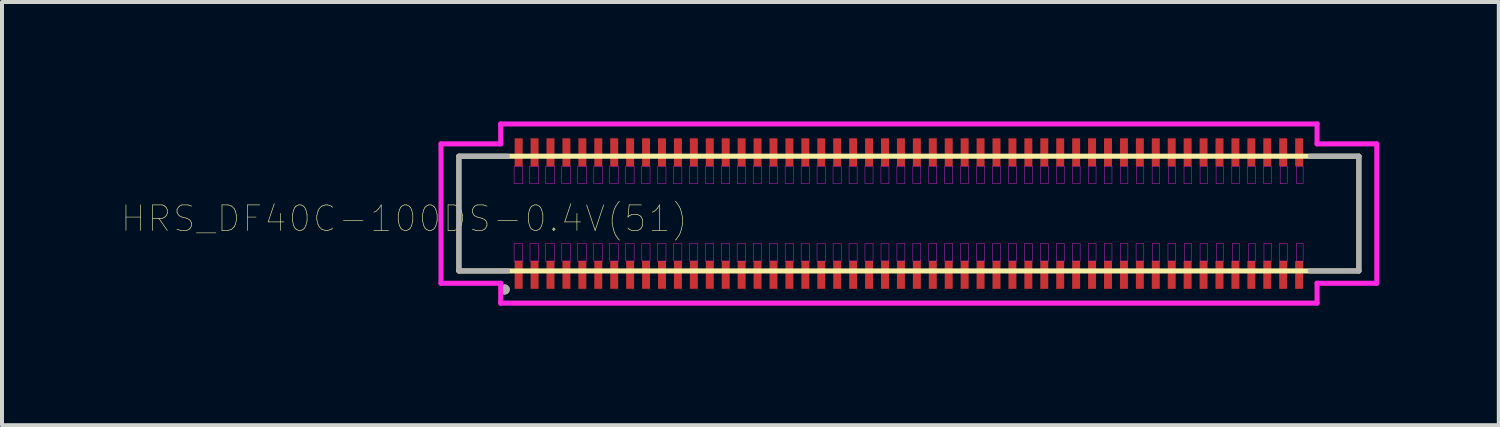
<source format=kicad_pcb>
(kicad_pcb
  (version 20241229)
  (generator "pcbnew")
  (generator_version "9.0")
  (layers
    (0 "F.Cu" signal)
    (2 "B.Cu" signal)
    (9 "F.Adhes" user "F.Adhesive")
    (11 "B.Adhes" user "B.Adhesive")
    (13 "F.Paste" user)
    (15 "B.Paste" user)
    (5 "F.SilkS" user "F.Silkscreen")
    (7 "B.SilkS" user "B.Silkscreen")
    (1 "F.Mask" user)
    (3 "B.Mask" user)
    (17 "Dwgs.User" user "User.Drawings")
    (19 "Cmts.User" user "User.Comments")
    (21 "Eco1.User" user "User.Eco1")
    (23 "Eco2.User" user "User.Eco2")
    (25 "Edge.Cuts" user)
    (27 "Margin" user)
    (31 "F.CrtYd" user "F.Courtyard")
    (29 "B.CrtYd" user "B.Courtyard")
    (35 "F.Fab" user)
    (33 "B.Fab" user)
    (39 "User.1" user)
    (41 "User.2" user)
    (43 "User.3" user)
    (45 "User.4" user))
  (footprint "HRS_DF40C-100DS-0.4V(51)"
    (layer "F.Cu")
    (at 19.774 2.313)
    (property "Reference" "HRS_DF40C-100DS-0.4V(51)" (at -12.671 0.128 180) (layer "F.SilkS") (effects (font (size 0.641 0.641) (thickness 0.015))))
    (attr through_hole)
    (fp_line (start -11.3 -1.44) (end 11.3 -1.44) (stroke (width 0.127) (type solid)) (layer "F.SilkS"))
    (fp_line (start -11.3 1.44) (end -11.3 -1.44) (stroke (width 0.127) (type solid)) (layer "F.SilkS"))
    (fp_line (start 11.3 -1.44) (end 11.3 1.44) (stroke (width 0.127) (type solid)) (layer "F.SilkS"))
    (fp_line (start 11.3 1.44) (end -11.3 1.44) (stroke (width 0.127) (type solid)) (layer "F.SilkS"))
    (fp_line (start -11.75 -1.75) (end -11.75 1.75) (stroke (width 0.127) (type solid)) (layer "F.CrtYd"))
    (fp_line (start -11.75 1.75) (end -10.25 1.75) (stroke (width 0.127) (type solid)) (layer "F.CrtYd"))
    (fp_line (start -10.25 -2.25) (end -10.25 -1.75) (stroke (width 0.127) (type solid)) (layer "F.CrtYd"))
    (fp_line (start -10.25 -1.75) (end -11.75 -1.75) (stroke (width 0.127) (type solid)) (layer "F.CrtYd"))
    (fp_line (start -10.25 1.75) (end -10.25 2.25) (stroke (width 0.127) (type solid)) (layer "F.CrtYd"))
    (fp_line (start -10.25 2.25) (end 10.25 2.25) (stroke (width 0.127) (type solid)) (layer "F.CrtYd"))
    (fp_line (start 10.25 -2.25) (end -10.25 -2.25) (stroke (width 0.127) (type solid)) (layer "F.CrtYd"))
    (fp_line (start 10.25 -1.75) (end 10.25 -2.25) (stroke (width 0.127) (type solid)) (layer "F.CrtYd"))
    (fp_line (start 10.25 1.75) (end 11.75 1.75) (stroke (width 0.127) (type solid)) (layer "F.CrtYd"))
    (fp_line (start 10.25 2.25) (end 10.25 1.75) (stroke (width 0.127) (type solid)) (layer "F.CrtYd"))
    (fp_line (start 11.75 -1.75) (end 10.25 -1.75) (stroke (width 0.127) (type solid)) (layer "F.CrtYd"))
    (fp_line (start 11.75 1.75) (end 11.75 -1.75) (stroke (width 0.127) (type solid)) (layer "F.CrtYd"))
    (fp_poly (pts (xy -9.914 -1.19) (xy -9.7 -1.19) (xy -9.7 -0.751) (xy -9.914 -0.751)) (stroke (width 0.01) (type solid)) (fill no) (layer "F.CrtYd"))
    (fp_poly (pts (xy -9.914 0.75) (xy -9.7 0.75) (xy -9.7 1.192) (xy -9.914 1.192)) (stroke (width 0.01) (type solid)) (fill no) (layer "F.CrtYd"))
    (fp_poly (pts (xy -9.525 -1.19) (xy -9.3 -1.19) (xy -9.3 -0.752) (xy -9.525 -0.752)) (stroke (width 0.01) (type solid)) (fill no) (layer "F.CrtYd"))
    (fp_poly (pts (xy -9.514 0.75) (xy -9.3 0.75) (xy -9.3 1.192) (xy -9.514 1.192)) (stroke (width 0.01) (type solid)) (fill no) (layer "F.CrtYd"))
    (fp_poly (pts (xy -9.124 -1.19) (xy -8.9 -1.19) (xy -8.9 -0.752) (xy -9.124 -0.752)) (stroke (width 0.01) (type solid)) (fill no) (layer "F.CrtYd"))
    (fp_poly (pts (xy -9.122 0.75) (xy -8.9 0.75) (xy -8.9 1.193) (xy -9.122 1.193)) (stroke (width 0.01) (type solid)) (fill no) (layer "F.CrtYd"))
    (fp_poly (pts (xy -8.719 -1.19) (xy -8.5 -1.19) (xy -8.5 -0.752) (xy -8.719 -0.752)) (stroke (width 0.01) (type solid)) (fill no) (layer "F.CrtYd"))
    (fp_poly (pts (xy -8.715 0.75) (xy -8.5 0.75) (xy -8.5 1.192) (xy -8.715 1.192)) (stroke (width 0.01) (type solid)) (fill no) (layer "F.CrtYd"))
    (fp_poly (pts (xy -8.319 0.75) (xy -8.1 0.75) (xy -8.1 1.193) (xy -8.319 1.193)) (stroke (width 0.01) (type solid)) (fill no) (layer "F.CrtYd"))
    (fp_poly (pts (xy -8.318 -1.19) (xy -8.1 -1.19) (xy -8.1 -0.752) (xy -8.318 -0.752)) (stroke (width 0.01) (type solid)) (fill no) (layer "F.CrtYd"))
    (fp_poly (pts (xy -7.919 0.75) (xy -7.7 0.75) (xy -7.7 1.193) (xy -7.919 1.193)) (stroke (width 0.01) (type solid)) (fill no) (layer "F.CrtYd"))
    (fp_poly (pts (xy -7.912 -1.19) (xy -7.7 -1.19) (xy -7.7 -0.751) (xy -7.912 -0.751)) (stroke (width 0.01) (type solid)) (fill no) (layer "F.CrtYd"))
    (fp_poly (pts (xy -7.517 0.75) (xy -7.3 0.75) (xy -7.3 1.193) (xy -7.517 1.193)) (stroke (width 0.01) (type solid)) (fill no) (layer "F.CrtYd"))
    (fp_poly (pts (xy -7.512 -1.19) (xy -7.3 -1.19) (xy -7.3 -0.751) (xy -7.512 -0.751)) (stroke (width 0.01) (type solid)) (fill no) (layer "F.CrtYd"))
    (fp_poly (pts (xy -7.114 0.75) (xy -6.9 0.75) (xy -6.9 1.192) (xy -7.114 1.192)) (stroke (width 0.01) (type solid)) (fill no) (layer "F.CrtYd"))
    (fp_poly (pts (xy -7.11 -1.19) (xy -6.9 -1.19) (xy -6.9 -0.751) (xy -7.11 -0.751)) (stroke (width 0.01) (type solid)) (fill no) (layer "F.CrtYd"))
    (fp_poly (pts (xy -6.715 -1.19) (xy -6.5 -1.19) (xy -6.5 -0.752) (xy -6.715 -0.752)) (stroke (width 0.01) (type solid)) (fill no) (layer "F.CrtYd"))
    (fp_poly (pts (xy -6.706 0.75) (xy -6.5 0.75) (xy -6.5 1.191) (xy -6.706 1.191)) (stroke (width 0.01) (type solid)) (fill no) (layer "F.CrtYd"))
    (fp_poly (pts (xy -6.319 0.75) (xy -6.1 0.75) (xy -6.1 1.194) (xy -6.319 1.194)) (stroke (width 0.01) (type solid)) (fill no) (layer "F.CrtYd"))
    (fp_poly (pts (xy -6.31 -1.19) (xy -6.1 -1.19) (xy -6.1 -0.751) (xy -6.31 -0.751)) (stroke (width 0.01) (type solid)) (fill no) (layer "F.CrtYd"))
    (fp_poly (pts (xy -5.918 -1.19) (xy -5.7 -1.19) (xy -5.7 -0.752) (xy -5.918 -0.752)) (stroke (width 0.01) (type solid)) (fill no) (layer "F.CrtYd"))
    (fp_poly (pts (xy -5.905 0.75) (xy -5.7 0.75) (xy -5.7 1.191) (xy -5.905 1.191)) (stroke (width 0.01) (type solid)) (fill no) (layer "F.CrtYd"))
    (fp_poly (pts (xy -5.513 -1.19) (xy -5.3 -1.19) (xy -5.3 -0.752) (xy -5.513 -0.752)) (stroke (width 0.01) (type solid)) (fill no) (layer "F.CrtYd"))
    (fp_poly (pts (xy -5.511 0.75) (xy -5.3 0.75) (xy -5.3 1.192) (xy -5.511 1.192)) (stroke (width 0.01) (type solid)) (fill no) (layer "F.CrtYd"))
    (fp_poly (pts (xy -5.11 0.75) (xy -4.9 0.75) (xy -4.9 1.192) (xy -5.11 1.192)) (stroke (width 0.01) (type solid)) (fill no) (layer "F.CrtYd"))
    (fp_poly (pts (xy -5.105 -1.19) (xy -4.9 -1.19) (xy -4.9 -0.751) (xy -5.105 -0.751)) (stroke (width 0.01) (type solid)) (fill no) (layer "F.CrtYd"))
    (fp_poly (pts (xy -4.709 0.75) (xy -4.5 0.75) (xy -4.5 1.192) (xy -4.709 1.192)) (stroke (width 0.01) (type solid)) (fill no) (layer "F.CrtYd"))
    (fp_poly (pts (xy -4.705 -1.19) (xy -4.5 -1.19) (xy -4.5 -0.751) (xy -4.705 -0.751)) (stroke (width 0.01) (type solid)) (fill no) (layer "F.CrtYd"))
    (fp_poly (pts (xy -4.313 0.75) (xy -4.1 0.75) (xy -4.1 1.194) (xy -4.313 1.194)) (stroke (width 0.01) (type solid)) (fill no) (layer "F.CrtYd"))
    (fp_poly (pts (xy -4.31 -1.19) (xy -4.1 -1.19) (xy -4.1 -0.752) (xy -4.31 -0.752)) (stroke (width 0.01) (type solid)) (fill no) (layer "F.CrtYd"))
    (fp_poly (pts (xy -3.91 -1.19) (xy -3.7 -1.19) (xy -3.7 -0.752) (xy -3.91 -0.752)) (stroke (width 0.01) (type solid)) (fill no) (layer "F.CrtYd"))
    (fp_poly (pts (xy -3.909 0.75) (xy -3.7 0.75) (xy -3.7 1.193) (xy -3.909 1.193)) (stroke (width 0.01) (type solid)) (fill no) (layer "F.CrtYd"))
    (fp_poly (pts (xy -3.508 -1.19) (xy -3.3 -1.19) (xy -3.3 -0.752) (xy -3.508 -0.752)) (stroke (width 0.01) (type solid)) (fill no) (layer "F.CrtYd"))
    (fp_poly (pts (xy -3.505 0.75) (xy -3.3 0.75) (xy -3.3 1.192) (xy -3.505 1.192)) (stroke (width 0.01) (type solid)) (fill no) (layer "F.CrtYd"))
    (fp_poly (pts (xy -3.108 -1.19) (xy -2.9 -1.19) (xy -2.9 -0.752) (xy -3.108 -0.752)) (stroke (width 0.01) (type solid)) (fill no) (layer "F.CrtYd"))
    (fp_poly (pts (xy -3.107 0.75) (xy -2.9 0.75) (xy -2.9 1.193) (xy -3.107 1.193)) (stroke (width 0.01) (type solid)) (fill no) (layer "F.CrtYd"))
    (fp_poly (pts (xy -2.706 0.75) (xy -2.5 0.75) (xy -2.5 1.193) (xy -2.706 1.193)) (stroke (width 0.01) (type solid)) (fill no) (layer "F.CrtYd"))
    (fp_poly (pts (xy -2.706 -1.19) (xy -2.5 -1.19) (xy -2.5 -0.752) (xy -2.706 -0.752)) (stroke (width 0.01) (type solid)) (fill no) (layer "F.CrtYd"))
    (fp_poly (pts (xy -2.307 0.75) (xy -2.1 0.75) (xy -2.1 1.194) (xy -2.307 1.194)) (stroke (width 0.01) (type solid)) (fill no) (layer "F.CrtYd"))
    (fp_poly (pts (xy -2.306 -1.19) (xy -2.1 -1.19) (xy -2.1 -0.752) (xy -2.306 -0.752)) (stroke (width 0.01) (type solid)) (fill no) (layer "F.CrtYd"))
    (fp_poly (pts (xy -1.905 -1.19) (xy -1.7 -1.19) (xy -1.7 -0.752) (xy -1.905 -0.752)) (stroke (width 0.01) (type solid)) (fill no) (layer "F.CrtYd"))
    (fp_poly (pts (xy -1.903 0.75) (xy -1.7 0.75) (xy -1.7 1.192) (xy -1.903 1.192)) (stroke (width 0.01) (type solid)) (fill no) (layer "F.CrtYd"))
    (fp_poly (pts (xy -1.503 0.75) (xy -1.3 0.75) (xy -1.3 1.192) (xy -1.503 1.192)) (stroke (width 0.01) (type solid)) (fill no) (layer "F.CrtYd"))
    (fp_poly (pts (xy -1.502 -1.19) (xy -1.3 -1.19) (xy -1.3 -0.751) (xy -1.502 -0.751)) (stroke (width 0.01) (type solid)) (fill no) (layer "F.CrtYd"))
    (fp_poly (pts (xy -1.103 -1.19) (xy -0.9 -1.19) (xy -0.9 -0.752) (xy -1.103 -0.752)) (stroke (width 0.01) (type solid)) (fill no) (layer "F.CrtYd"))
    (fp_poly (pts (xy -1.103 0.75) (xy -0.9 0.75) (xy -0.9 1.193) (xy -1.103 1.193)) (stroke (width 0.01) (type solid)) (fill no) (layer "F.CrtYd"))
    (fp_poly (pts (xy -0.702 -1.19) (xy -0.5 -1.19) (xy -0.5 -0.752) (xy -0.702 -0.752)) (stroke (width 0.01) (type solid)) (fill no) (layer "F.CrtYd"))
    (fp_poly (pts (xy -0.7 0.75) (xy -0.5 0.75) (xy -0.5 1.19) (xy -0.7 1.19)) (stroke (width 0.01) (type solid)) (fill no) (layer "F.CrtYd"))
    (fp_poly (pts (xy -0.301 -1.19) (xy -0.1 -1.19) (xy -0.1 -0.752) (xy -0.301 -0.752)) (stroke (width 0.01) (type solid)) (fill no) (layer "F.CrtYd"))
    (fp_poly (pts (xy -0.3 0.75) (xy -0.1 0.75) (xy -0.1 1.191) (xy -0.3 1.191)) (stroke (width 0.01) (type solid)) (fill no) (layer "F.CrtYd"))
    (fp_poly (pts (xy 0.1 -1.19) (xy 0.3 -1.19) (xy 0.3 -0.751) (xy 0.1 -0.751)) (stroke (width 0.01) (type solid)) (fill no) (layer "F.CrtYd"))
    (fp_poly (pts (xy 0.1 0.75) (xy 0.3 0.75) (xy 0.3 1.193) (xy 0.1 1.193)) (stroke (width 0.01) (type solid)) (fill no) (layer "F.CrtYd"))
    (fp_poly (pts (xy 0.501 -1.19) (xy 0.7 -1.19) (xy 0.7 -0.751) (xy 0.501 -0.751)) (stroke (width 0.01) (type solid)) (fill no) (layer "F.CrtYd"))
    (fp_poly (pts (xy 0.501 0.75) (xy 0.7 0.75) (xy 0.7 1.193) (xy 0.501 1.193)) (stroke (width 0.01) (type solid)) (fill no) (layer "F.CrtYd"))
    (fp_poly (pts (xy 0.9 -1.19) (xy 1.1 -1.19) (xy 1.1 -0.75) (xy 0.9 -0.75)) (stroke (width 0.01) (type solid)) (fill no) (layer "F.CrtYd"))
    (fp_poly (pts (xy 0.901 0.75) (xy 1.1 0.75) (xy 1.1 1.191) (xy 0.901 1.191)) (stroke (width 0.01) (type solid)) (fill no) (layer "F.CrtYd"))
    (fp_poly (pts (xy 1.301 -1.19) (xy 1.5 -1.19) (xy 1.5 -0.751) (xy 1.301 -0.751)) (stroke (width 0.01) (type solid)) (fill no) (layer "F.CrtYd"))
    (fp_poly (pts (xy 1.301 0.75) (xy 1.5 0.75) (xy 1.5 1.191) (xy 1.301 1.191)) (stroke (width 0.01) (type solid)) (fill no) (layer "F.CrtYd"))
    (fp_poly (pts (xy 1.703 0.75) (xy 1.9 0.75) (xy 1.9 1.192) (xy 1.703 1.192)) (stroke (width 0.01) (type solid)) (fill no) (layer "F.CrtYd"))
    (fp_poly (pts (xy 1.704 -1.19) (xy 1.9 -1.19) (xy 1.9 -0.752) (xy 1.704 -0.752)) (stroke (width 0.01) (type solid)) (fill no) (layer "F.CrtYd"))
    (fp_poly (pts (xy 2.103 -1.19) (xy 2.3 -1.19) (xy 2.3 -0.751) (xy 2.103 -0.751)) (stroke (width 0.01) (type solid)) (fill no) (layer "F.CrtYd"))
    (fp_poly (pts (xy 2.104 0.75) (xy 2.3 0.75) (xy 2.3 1.192) (xy 2.104 1.192)) (stroke (width 0.01) (type solid)) (fill no) (layer "F.CrtYd"))
    (fp_poly (pts (xy 2.503 0.75) (xy 2.7 0.75) (xy 2.7 1.191) (xy 2.503 1.191)) (stroke (width 0.01) (type solid)) (fill no) (layer "F.CrtYd"))
    (fp_poly (pts (xy 2.507 -1.19) (xy 2.7 -1.19) (xy 2.7 -0.752) (xy 2.507 -0.752)) (stroke (width 0.01) (type solid)) (fill no) (layer "F.CrtYd"))
    (fp_poly (pts (xy 2.905 0.75) (xy 3.1 0.75) (xy 3.1 1.192) (xy 2.905 1.192)) (stroke (width 0.01) (type solid)) (fill no) (layer "F.CrtYd"))
    (fp_poly (pts (xy 2.906 -1.19) (xy 3.1 -1.19) (xy 3.1 -0.752) (xy 2.906 -0.752)) (stroke (width 0.01) (type solid)) (fill no) (layer "F.CrtYd"))
    (fp_poly (pts (xy 3.306 0.75) (xy 3.5 0.75) (xy 3.5 1.192) (xy 3.306 1.192)) (stroke (width 0.01) (type solid)) (fill no) (layer "F.CrtYd"))
    (fp_poly (pts (xy 3.307 -1.19) (xy 3.5 -1.19) (xy 3.5 -0.752) (xy 3.307 -0.752)) (stroke (width 0.01) (type solid)) (fill no) (layer "F.CrtYd"))
    (fp_poly (pts (xy 3.708 -1.19) (xy 3.9 -1.19) (xy 3.9 -0.752) (xy 3.708 -0.752)) (stroke (width 0.01) (type solid)) (fill no) (layer "F.CrtYd"))
    (fp_poly (pts (xy 3.711 0.75) (xy 3.9 0.75) (xy 3.9 1.193) (xy 3.711 1.193)) (stroke (width 0.01) (type solid)) (fill no) (layer "F.CrtYd"))
    (fp_poly (pts (xy 4.105 0.75) (xy 4.3 0.75) (xy 4.3 1.191) (xy 4.105 1.191)) (stroke (width 0.01) (type solid)) (fill no) (layer "F.CrtYd"))
    (fp_poly (pts (xy 4.112 -1.19) (xy 4.3 -1.19) (xy 4.3 -0.752) (xy 4.112 -0.752)) (stroke (width 0.01) (type solid)) (fill no) (layer "F.CrtYd"))
    (fp_poly (pts (xy 4.508 0.75) (xy 4.7 0.75) (xy 4.7 1.192) (xy 4.508 1.192)) (stroke (width 0.01) (type solid)) (fill no) (layer "F.CrtYd"))
    (fp_poly (pts (xy 4.514 -1.19) (xy 4.7 -1.19) (xy 4.7 -0.752) (xy 4.514 -0.752)) (stroke (width 0.01) (type solid)) (fill no) (layer "F.CrtYd"))
    (fp_poly (pts (xy 4.908 -1.19) (xy 5.1 -1.19) (xy 5.1 -0.751) (xy 4.908 -0.751)) (stroke (width 0.01) (type solid)) (fill no) (layer "F.CrtYd"))
    (fp_poly (pts (xy 4.909 0.75) (xy 5.1 0.75) (xy 5.1 1.192) (xy 4.909 1.192)) (stroke (width 0.01) (type solid)) (fill no) (layer "F.CrtYd"))
    (fp_poly (pts (xy 5.31 0.75) (xy 5.5 0.75) (xy 5.5 1.192) (xy 5.31 1.192)) (stroke (width 0.01) (type solid)) (fill no) (layer "F.CrtYd"))
    (fp_poly (pts (xy 5.315 -1.19) (xy 5.5 -1.19) (xy 5.5 -0.752) (xy 5.315 -0.752)) (stroke (width 0.01) (type solid)) (fill no) (layer "F.CrtYd"))
    (fp_poly (pts (xy 5.705 0.75) (xy 5.9 0.75) (xy 5.9 1.191) (xy 5.705 1.191)) (stroke (width 0.01) (type solid)) (fill no) (layer "F.CrtYd"))
    (fp_poly (pts (xy 5.714 -1.19) (xy 5.9 -1.19) (xy 5.9 -0.752) (xy 5.714 -0.752)) (stroke (width 0.01) (type solid)) (fill no) (layer "F.CrtYd"))
    (fp_poly (pts (xy 6.108 -1.19) (xy 6.3 -1.19) (xy 6.3 -0.751) (xy 6.108 -0.751)) (stroke (width 0.01) (type solid)) (fill no) (layer "F.CrtYd"))
    (fp_poly (pts (xy 6.11 0.75) (xy 6.3 0.75) (xy 6.3 1.192) (xy 6.11 1.192)) (stroke (width 0.01) (type solid)) (fill no) (layer "F.CrtYd"))
    (fp_poly (pts (xy 6.506 0.75) (xy 6.7 0.75) (xy 6.7 1.191) (xy 6.506 1.191)) (stroke (width 0.01) (type solid)) (fill no) (layer "F.CrtYd"))
    (fp_poly (pts (xy 6.522 -1.19) (xy 6.7 -1.19) (xy 6.7 -0.753) (xy 6.522 -0.753)) (stroke (width 0.01) (type solid)) (fill no) (layer "F.CrtYd"))
    (fp_poly (pts (xy 6.909 -1.19) (xy 7.1 -1.19) (xy 7.1 -0.751) (xy 6.909 -0.751)) (stroke (width 0.01) (type solid)) (fill no) (layer "F.CrtYd"))
    (fp_poly (pts (xy 6.917 0.75) (xy 7.1 0.75) (xy 7.1 1.193) (xy 6.917 1.193)) (stroke (width 0.01) (type solid)) (fill no) (layer "F.CrtYd"))
    (fp_poly (pts (xy 7.312 -1.19) (xy 7.5 -1.19) (xy 7.5 -0.751) (xy 7.312 -0.751)) (stroke (width 0.01) (type solid)) (fill no) (layer "F.CrtYd"))
    (fp_poly (pts (xy 7.312 0.75) (xy 7.5 0.75) (xy 7.5 1.192) (xy 7.312 1.192)) (stroke (width 0.01) (type solid)) (fill no) (layer "F.CrtYd"))
    (fp_poly (pts (xy 7.714 -1.19) (xy 7.9 -1.19) (xy 7.9 -0.751) (xy 7.714 -0.751)) (stroke (width 0.01) (type solid)) (fill no) (layer "F.CrtYd"))
    (fp_poly (pts (xy 7.719 0.75) (xy 7.9 0.75) (xy 7.9 1.193) (xy 7.719 1.193)) (stroke (width 0.01) (type solid)) (fill no) (layer "F.CrtYd"))
    (fp_poly (pts (xy 8.11 -1.19) (xy 8.3 -1.19) (xy 8.3 -0.751) (xy 8.11 -0.751)) (stroke (width 0.01) (type solid)) (fill no) (layer "F.CrtYd"))
    (fp_poly (pts (xy 8.121 0.75) (xy 8.3 0.75) (xy 8.3 1.193) (xy 8.121 1.193)) (stroke (width 0.01) (type solid)) (fill no) (layer "F.CrtYd"))
    (fp_poly (pts (xy 8.508 -1.19) (xy 8.7 -1.19) (xy 8.7 -0.751) (xy 8.508 -0.751)) (stroke (width 0.01) (type solid)) (fill no) (layer "F.CrtYd"))
    (fp_poly (pts (xy 8.531 0.75) (xy 8.7 0.75) (xy 8.7 1.194) (xy 8.531 1.194)) (stroke (width 0.01) (type solid)) (fill no) (layer "F.CrtYd"))
    (fp_poly (pts (xy 8.907 -1.19) (xy 9.1 -1.19) (xy 9.1 -0.751) (xy 8.907 -0.751)) (stroke (width 0.01) (type solid)) (fill no) (layer "F.CrtYd"))
    (fp_poly (pts (xy 8.917 0.75) (xy 9.1 0.75) (xy 9.1 1.192) (xy 8.917 1.192)) (stroke (width 0.01) (type solid)) (fill no) (layer "F.CrtYd"))
    (fp_poly (pts (xy 9.305 0.75) (xy 9.5 0.75) (xy 9.5 1.191) (xy 9.305 1.191)) (stroke (width 0.01) (type solid)) (fill no) (layer "F.CrtYd"))
    (fp_poly (pts (xy 9.323 -1.19) (xy 9.5 -1.19) (xy 9.5 -0.752) (xy 9.323 -0.752)) (stroke (width 0.01) (type solid)) (fill no) (layer "F.CrtYd"))
    (fp_poly (pts (xy 9.73 0.75) (xy 9.9 0.75) (xy 9.9 1.194) (xy 9.73 1.194)) (stroke (width 0.01) (type solid)) (fill no) (layer "F.CrtYd"))
    (fp_poly (pts (xy 9.734 -1.19) (xy 9.9 -1.19) (xy 9.9 -0.753) (xy 9.734 -0.753)) (stroke (width 0.01) (type solid)) (fill no) (layer "F.CrtYd"))
    (fp_line (start -11.3 -1.44) (end -10.08 -1.44) (stroke (width 0.127) (type solid)) (layer "F.Fab"))
    (fp_line (start -11.3 1.44) (end -11.3 -1.44) (stroke (width 0.127) (type solid)) (layer "F.Fab"))
    (fp_line (start -10.16 1.905) (end -10.149 1.905) (stroke (width 0.25) (type solid)) (layer "F.Fab"))
    (fp_line (start -10.149 1.905) (end -10.149 1.911) (stroke (width 0.25) (type solid)) (layer "F.Fab"))
    (fp_line (start -10.08 1.44) (end -11.3 1.44) (stroke (width 0.127) (type solid)) (layer "F.Fab"))
    (fp_line (start 10.08 -1.44) (end 11.3 -1.44) (stroke (width 0.127) (type solid)) (layer "F.Fab"))
    (fp_line (start 11.3 -1.44) (end 11.3 1.44) (stroke (width 0.127) (type solid)) (layer "F.Fab"))
    (fp_line (start 11.3 1.44) (end 10.08 1.44) (stroke (width 0.127) (type solid)) (layer "F.Fab"))
    (pad "1" smd rect (at -9.8 1.54) (size 0.2 0.7) (layers "F.Cu" "F.Mask" "F.Paste"))
    (pad "2" smd rect (at -9.8 -1.54) (size 0.2 0.7) (layers "F.Cu" "F.Mask" "F.Paste"))
    (pad "3" smd rect (at -9.4 1.54) (size 0.2 0.7) (layers "F.Cu" "F.Mask" "F.Paste"))
    (pad "4" smd rect (at -9.4 -1.54) (size 0.2 0.7) (layers "F.Cu" "F.Mask" "F.Paste"))
    (pad "5" smd rect (at -9 1.54) (size 0.2 0.7) (layers "F.Cu" "F.Mask" "F.Paste"))
    (pad "6" smd rect (at -9 -1.54) (size 0.2 0.7) (layers "F.Cu" "F.Mask" "F.Paste"))
    (pad "7" smd rect (at -8.6 1.54) (size 0.2 0.7) (layers "F.Cu" "F.Mask" "F.Paste"))
    (pad "8" smd rect (at -8.6 -1.54) (size 0.2 0.7) (layers "F.Cu" "F.Mask" "F.Paste"))
    (pad "9" smd rect (at -8.2 1.54) (size 0.2 0.7) (layers "F.Cu" "F.Mask" "F.Paste"))
    (pad "10" smd rect (at -8.2 -1.54) (size 0.2 0.7) (layers "F.Cu" "F.Mask" "F.Paste"))
    (pad "11" smd rect (at -7.8 1.54) (size 0.2 0.7) (layers "F.Cu" "F.Mask" "F.Paste"))
    (pad "12" smd rect (at -7.8 -1.54) (size 0.2 0.7) (layers "F.Cu" "F.Mask" "F.Paste"))
    (pad "13" smd rect (at -7.4 1.54) (size 0.2 0.7) (layers "F.Cu" "F.Mask" "F.Paste"))
    (pad "14" smd rect (at -7.4 -1.54) (size 0.2 0.7) (layers "F.Cu" "F.Mask" "F.Paste"))
    (pad "15" smd rect (at -7 1.54) (size 0.2 0.7) (layers "F.Cu" "F.Mask" "F.Paste"))
    (pad "16" smd rect (at -7 -1.54) (size 0.2 0.7) (layers "F.Cu" "F.Mask" "F.Paste"))
    (pad "17" smd rect (at -6.6 1.54) (size 0.2 0.7) (layers "F.Cu" "F.Mask" "F.Paste"))
    (pad "18" smd rect (at -6.6 -1.54) (size 0.2 0.7) (layers "F.Cu" "F.Mask" "F.Paste"))
    (pad "19" smd rect (at -6.2 1.54) (size 0.2 0.7) (layers "F.Cu" "F.Mask" "F.Paste"))
    (pad "20" smd rect (at -6.2 -1.54) (size 0.2 0.7) (layers "F.Cu" "F.Mask" "F.Paste"))
    (pad "21" smd rect (at -5.8 1.54) (size 0.2 0.7) (layers "F.Cu" "F.Mask" "F.Paste"))
    (pad "22" smd rect (at -5.8 -1.54) (size 0.2 0.7) (layers "F.Cu" "F.Mask" "F.Paste"))
    (pad "23" smd rect (at -5.4 1.54) (size 0.2 0.7) (layers "F.Cu" "F.Mask" "F.Paste"))
    (pad "24" smd rect (at -5.4 -1.54) (size 0.2 0.7) (layers "F.Cu" "F.Mask" "F.Paste"))
    (pad "25" smd rect (at -5 1.54) (size 0.2 0.7) (layers "F.Cu" "F.Mask" "F.Paste"))
    (pad "26" smd rect (at -5 -1.54) (size 0.2 0.7) (layers "F.Cu" "F.Mask" "F.Paste"))
    (pad "27" smd rect (at -4.6 1.54) (size 0.2 0.7) (layers "F.Cu" "F.Mask" "F.Paste"))
    (pad "28" smd rect (at -4.6 -1.54) (size 0.2 0.7) (layers "F.Cu" "F.Mask" "F.Paste"))
    (pad "29" smd rect (at -4.2 1.54) (size 0.2 0.7) (layers "F.Cu" "F.Mask" "F.Paste"))
    (pad "30" smd rect (at -4.2 -1.54) (size 0.2 0.7) (layers "F.Cu" "F.Mask" "F.Paste"))
    (pad "31" smd rect (at -3.8 1.54) (size 0.2 0.7) (layers "F.Cu" "F.Mask" "F.Paste"))
    (pad "32" smd rect (at -3.8 -1.54) (size 0.2 0.7) (layers "F.Cu" "F.Mask" "F.Paste"))
    (pad "33" smd rect (at -3.4 1.54) (size 0.2 0.7) (layers "F.Cu" "F.Mask" "F.Paste"))
    (pad "34" smd rect (at -3.4 -1.54) (size 0.2 0.7) (layers "F.Cu" "F.Mask" "F.Paste"))
    (pad "35" smd rect (at -3 1.54) (size 0.2 0.7) (layers "F.Cu" "F.Mask" "F.Paste"))
    (pad "36" smd rect (at -3 -1.54) (size 0.2 0.7) (layers "F.Cu" "F.Mask" "F.Paste"))
    (pad "37" smd rect (at -2.6 1.54) (size 0.2 0.7) (layers "F.Cu" "F.Mask" "F.Paste"))
    (pad "38" smd rect (at -2.6 -1.54) (size 0.2 0.7) (layers "F.Cu" "F.Mask" "F.Paste"))
    (pad "39" smd rect (at -2.2 1.54) (size 0.2 0.7) (layers "F.Cu" "F.Mask" "F.Paste"))
    (pad "40" smd rect (at -2.2 -1.54) (size 0.2 0.7) (layers "F.Cu" "F.Mask" "F.Paste"))
    (pad "41" smd rect (at -1.8 1.54) (size 0.2 0.7) (layers "F.Cu" "F.Mask" "F.Paste"))
    (pad "42" smd rect (at -1.8 -1.54) (size 0.2 0.7) (layers "F.Cu" "F.Mask" "F.Paste"))
    (pad "43" smd rect (at -1.4 1.54) (size 0.2 0.7) (layers "F.Cu" "F.Mask" "F.Paste"))
    (pad "44" smd rect (at -1.4 -1.54) (size 0.2 0.7) (layers "F.Cu" "F.Mask" "F.Paste"))
    (pad "45" smd rect (at -1 1.54) (size 0.2 0.7) (layers "F.Cu" "F.Mask" "F.Paste"))
    (pad "46" smd rect (at -1 -1.54) (size 0.2 0.7) (layers "F.Cu" "F.Mask" "F.Paste"))
    (pad "47" smd rect (at -0.6 1.54) (size 0.2 0.7) (layers "F.Cu" "F.Mask" "F.Paste"))
    (pad "48" smd rect (at -0.6 -1.54) (size 0.2 0.7) (layers "F.Cu" "F.Mask" "F.Paste"))
    (pad "49" smd rect (at -0.2 1.54) (size 0.2 0.7) (layers "F.Cu" "F.Mask" "F.Paste"))
    (pad "50" smd rect (at -0.2 -1.54) (size 0.2 0.7) (layers "F.Cu" "F.Mask" "F.Paste"))
    (pad "51" smd rect (at 0.2 1.54) (size 0.2 0.7) (layers "F.Cu" "F.Mask" "F.Paste"))
    (pad "52" smd rect (at 0.2 -1.54) (size 0.2 0.7) (layers "F.Cu" "F.Mask" "F.Paste"))
    (pad "53" smd rect (at 0.6 1.54) (size 0.2 0.7) (layers "F.Cu" "F.Mask" "F.Paste"))
    (pad "54" smd rect (at 0.6 -1.54) (size 0.2 0.7) (layers "F.Cu" "F.Mask" "F.Paste"))
    (pad "55" smd rect (at 1 1.54) (size 0.2 0.7) (layers "F.Cu" "F.Mask" "F.Paste"))
    (pad "56" smd rect (at 1 -1.54) (size 0.2 0.7) (layers "F.Cu" "F.Mask" "F.Paste"))
    (pad "57" smd rect (at 1.4 1.54) (size 0.2 0.7) (layers "F.Cu" "F.Mask" "F.Paste"))
    (pad "58" smd rect (at 1.4 -1.54) (size 0.2 0.7) (layers "F.Cu" "F.Mask" "F.Paste"))
    (pad "59" smd rect (at 1.8 1.54) (size 0.2 0.7) (layers "F.Cu" "F.Mask" "F.Paste"))
    (pad "60" smd rect (at 1.8 -1.54) (size 0.2 0.7) (layers "F.Cu" "F.Mask" "F.Paste"))
    (pad "61" smd rect (at 2.2 1.54) (size 0.2 0.7) (layers "F.Cu" "F.Mask" "F.Paste"))
    (pad "62" smd rect (at 2.2 -1.54) (size 0.2 0.7) (layers "F.Cu" "F.Mask" "F.Paste"))
    (pad "63" smd rect (at 2.6 1.54) (size 0.2 0.7) (layers "F.Cu" "F.Mask" "F.Paste"))
    (pad "64" smd rect (at 2.6 -1.54) (size 0.2 0.7) (layers "F.Cu" "F.Mask" "F.Paste"))
    (pad "65" smd rect (at 3 1.54) (size 0.2 0.7) (layers "F.Cu" "F.Mask" "F.Paste"))
    (pad "66" smd rect (at 3 -1.54) (size 0.2 0.7) (layers "F.Cu" "F.Mask" "F.Paste"))
    (pad "67" smd rect (at 3.4 1.54) (size 0.2 0.7) (layers "F.Cu" "F.Mask" "F.Paste"))
    (pad "68" smd rect (at 3.4 -1.54) (size 0.2 0.7) (layers "F.Cu" "F.Mask" "F.Paste"))
    (pad "69" smd rect (at 3.8 1.54) (size 0.2 0.7) (layers "F.Cu" "F.Mask" "F.Paste"))
    (pad "70" smd rect (at 3.8 -1.54) (size 0.2 0.7) (layers "F.Cu" "F.Mask" "F.Paste"))
    (pad "71" smd rect (at 4.2 1.54) (size 0.2 0.7) (layers "F.Cu" "F.Mask" "F.Paste"))
    (pad "72" smd rect (at 4.2 -1.54) (size 0.2 0.7) (layers "F.Cu" "F.Mask" "F.Paste"))
    (pad "73" smd rect (at 4.6 1.54) (size 0.2 0.7) (layers "F.Cu" "F.Mask" "F.Paste"))
    (pad "74" smd rect (at 4.6 -1.54) (size 0.2 0.7) (layers "F.Cu" "F.Mask" "F.Paste"))
    (pad "75" smd rect (at 5 1.54) (size 0.2 0.7) (layers "F.Cu" "F.Mask" "F.Paste"))
    (pad "76" smd rect (at 5 -1.54) (size 0.2 0.7) (layers "F.Cu" "F.Mask" "F.Paste"))
    (pad "77" smd rect (at 5.4 1.54) (size 0.2 0.7) (layers "F.Cu" "F.Mask" "F.Paste"))
    (pad "78" smd rect (at 5.4 -1.54) (size 0.2 0.7) (layers "F.Cu" "F.Mask" "F.Paste"))
    (pad "79" smd rect (at 5.8 1.54) (size 0.2 0.7) (layers "F.Cu" "F.Mask" "F.Paste"))
    (pad "80" smd rect (at 5.8 -1.54) (size 0.2 0.7) (layers "F.Cu" "F.Mask" "F.Paste"))
    (pad "81" smd rect (at 6.2 1.54) (size 0.2 0.7) (layers "F.Cu" "F.Mask" "F.Paste"))
    (pad "82" smd rect (at 6.2 -1.54) (size 0.2 0.7) (layers "F.Cu" "F.Mask" "F.Paste"))
    (pad "83" smd rect (at 6.6 1.54) (size 0.2 0.7) (layers "F.Cu" "F.Mask" "F.Paste"))
    (pad "84" smd rect (at 6.6 -1.54) (size 0.2 0.7) (layers "F.Cu" "F.Mask" "F.Paste"))
    (pad "85" smd rect (at 7 1.54) (size 0.2 0.7) (layers "F.Cu" "F.Mask" "F.Paste"))
    (pad "86" smd rect (at 7 -1.54) (size 0.2 0.7) (layers "F.Cu" "F.Mask" "F.Paste"))
    (pad "87" smd rect (at 7.4 1.54) (size 0.2 0.7) (layers "F.Cu" "F.Mask" "F.Paste"))
    (pad "88" smd rect (at 7.4 -1.54) (size 0.2 0.7) (layers "F.Cu" "F.Mask" "F.Paste"))
    (pad "89" smd rect (at 7.8 1.54) (size 0.2 0.7) (layers "F.Cu" "F.Mask" "F.Paste"))
    (pad "90" smd rect (at 7.8 -1.54) (size 0.2 0.7) (layers "F.Cu" "F.Mask" "F.Paste"))
    (pad "91" smd rect (at 8.2 1.54) (size 0.2 0.7) (layers "F.Cu" "F.Mask" "F.Paste"))
    (pad "92" smd rect (at 8.2 -1.54) (size 0.2 0.7) (layers "F.Cu" "F.Mask" "F.Paste"))
    (pad "93" smd rect (at 8.6 1.54) (size 0.2 0.7) (layers "F.Cu" "F.Mask" "F.Paste"))
    (pad "94" smd rect (at 8.6 -1.54) (size 0.2 0.7) (layers "F.Cu" "F.Mask" "F.Paste"))
    (pad "95" smd rect (at 9 1.54) (size 0.2 0.7) (layers "F.Cu" "F.Mask" "F.Paste"))
    (pad "96" smd rect (at 9 -1.54) (size 0.2 0.7) (layers "F.Cu" "F.Mask" "F.Paste"))
    (pad "97" smd rect (at 9.4 1.54) (size 0.2 0.7) (layers "F.Cu" "F.Mask" "F.Paste"))
    (pad "98" smd rect (at 9.4 -1.54) (size 0.2 0.7) (layers "F.Cu" "F.Mask" "F.Paste"))
    (pad "99" smd rect (at 9.8 1.54) (size 0.2 0.7) (layers "F.Cu" "F.Mask" "F.Paste"))
    (pad "100" smd rect (at 9.8 -1.54) (size 0.2 0.7) (layers "F.Cu" "F.Mask" "F.Paste")))
  (gr_rect
    (start -3 -3)
    (end 34.588 7.627)
    (stroke (width 0.1) (type default))
    (fill no)
    (layer "Edge.Cuts")))
</source>
